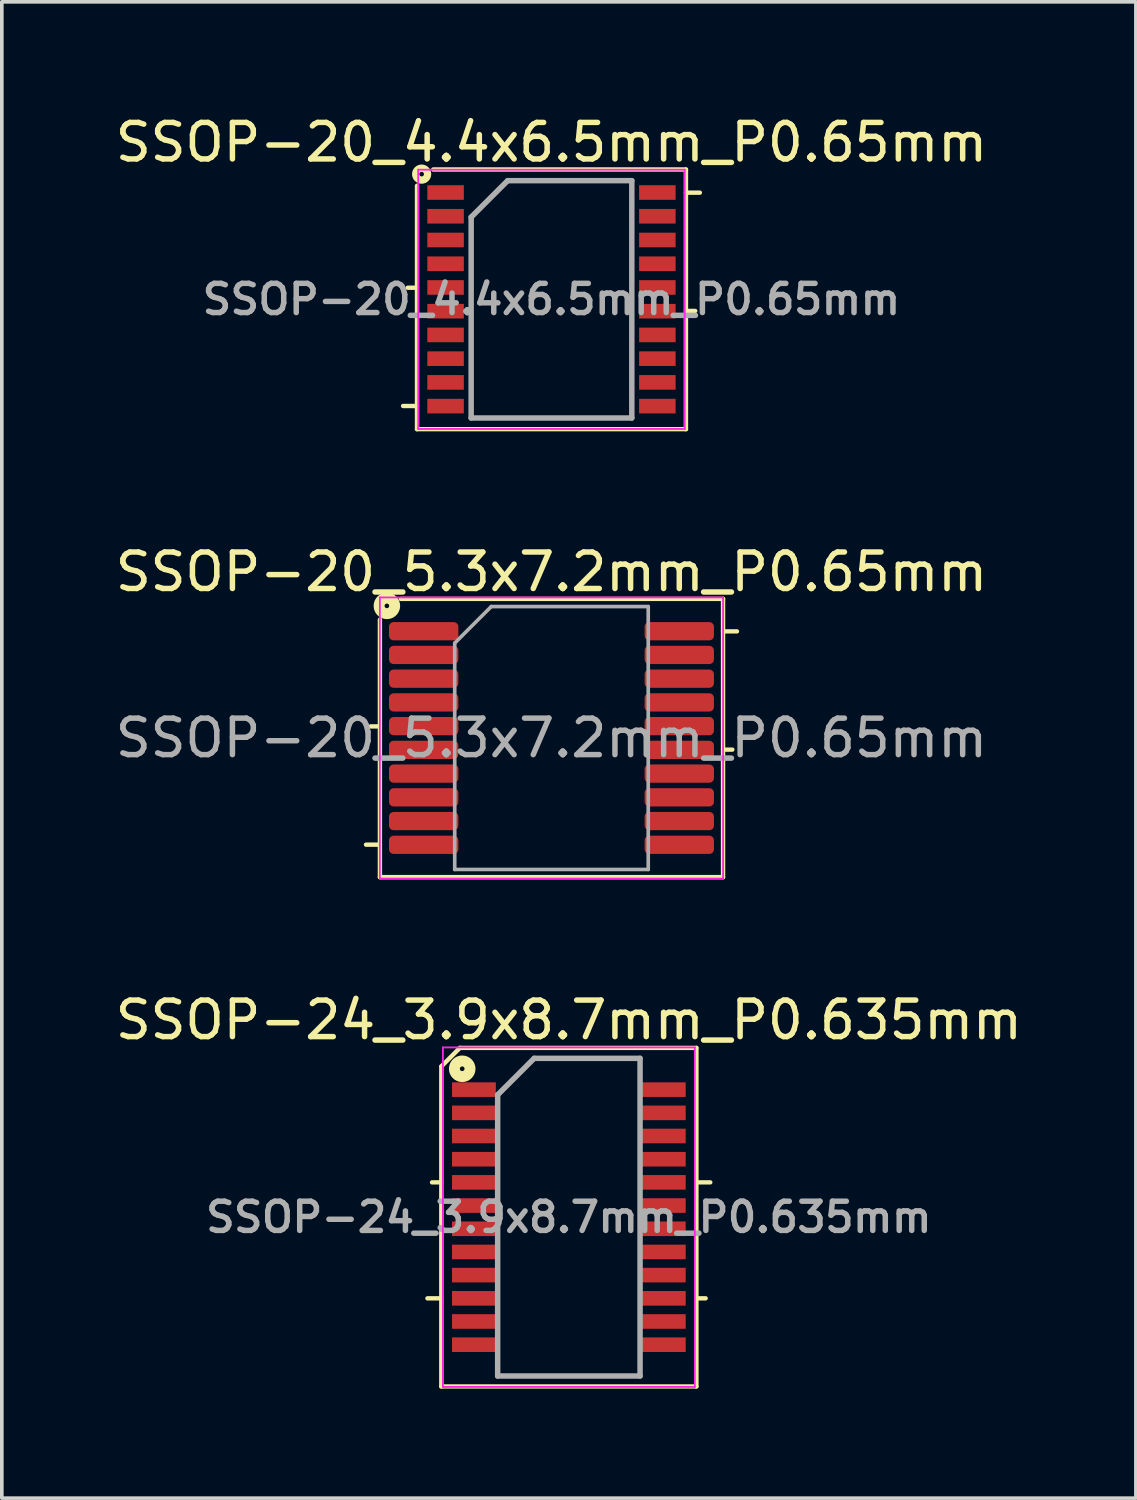
<source format=kicad_pcb>
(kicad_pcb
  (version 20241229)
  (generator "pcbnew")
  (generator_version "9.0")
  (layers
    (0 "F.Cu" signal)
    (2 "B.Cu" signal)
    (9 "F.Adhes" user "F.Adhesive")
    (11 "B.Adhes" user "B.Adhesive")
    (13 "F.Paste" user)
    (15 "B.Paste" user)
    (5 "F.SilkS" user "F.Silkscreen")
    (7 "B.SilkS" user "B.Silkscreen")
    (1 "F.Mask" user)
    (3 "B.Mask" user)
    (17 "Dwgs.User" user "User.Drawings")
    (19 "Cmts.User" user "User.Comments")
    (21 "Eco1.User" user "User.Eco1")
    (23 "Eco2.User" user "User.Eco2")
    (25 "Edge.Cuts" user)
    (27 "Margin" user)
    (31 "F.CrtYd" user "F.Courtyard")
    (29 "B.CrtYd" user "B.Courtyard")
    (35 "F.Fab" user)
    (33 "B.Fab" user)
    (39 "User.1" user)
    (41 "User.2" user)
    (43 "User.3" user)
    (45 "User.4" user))
  (footprint "SSOP-24_3.9x8.7mm_P0.635mm"
    (layer "F.Cu")
    (at 12.53 30.286)
    (property "Reference" "SSOP-24_3.9x8.7mm_P0.635mm" (at 0 -5.4 0) (layer "F.SilkS") (effects (font (size 1 1) (thickness 0.15))))
    (attr smd)
    (fp_line (start -3.493 -4.128) (end -3.493 4.636) (stroke (width 0.12) (type solid)) (layer "F.SilkS"))
    (fp_line (start -3.493 -4.128) (end -2.985 -4.636) (stroke (width 0.12) (type solid)) (layer "F.SilkS"))
    (fp_line (start -3.493 -0.953) (end -3.747 -0.953) (stroke (width 0.12) (type solid)) (layer "F.SilkS"))
    (fp_line (start -3.493 2.223) (end -3.873 2.223) (stroke (width 0.12) (type solid)) (layer "F.SilkS"))
    (fp_line (start -3.493 4.636) (end 3.493 4.636) (stroke (width 0.12) (type solid)) (layer "F.SilkS"))
    (fp_line (start 3.493 -4.636) (end -2.985 -4.636) (stroke (width 0.12) (type solid)) (layer "F.SilkS"))
    (fp_line (start 3.493 -0.953) (end 3.873 -0.953) (stroke (width 0.12) (type solid)) (layer "F.SilkS"))
    (fp_line (start 3.493 2.223) (end 3.747 2.223) (stroke (width 0.12) (type solid)) (layer "F.SilkS"))
    (fp_line (start 3.493 4.636) (end 3.493 -4.636) (stroke (width 0.12) (type solid)) (layer "F.SilkS"))
    (fp_circle (center -2.921 -4.064) (end -2.857 -4.064) (stroke (width 0.3) (type solid)) (fill no) (layer "F.SilkS"))
    (fp_line (start -3.45 -4.65) (end -3.45 4.65) (stroke (width 0.05) (type solid)) (layer "F.CrtYd"))
    (fp_line (start -3.45 -4.65) (end 3.45 -4.65) (stroke (width 0.05) (type solid)) (layer "F.CrtYd"))
    (fp_line (start -3.45 4.65) (end 3.45 4.65) (stroke (width 0.05) (type solid)) (layer "F.CrtYd"))
    (fp_line (start 3.45 -4.65) (end 3.45 4.65) (stroke (width 0.05) (type solid)) (layer "F.CrtYd"))
    (fp_line (start -1.95 -3.35) (end -0.95 -4.35) (stroke (width 0.15) (type solid)) (layer "F.Fab"))
    (fp_line (start -1.95 4.35) (end -1.95 -3.35) (stroke (width 0.15) (type solid)) (layer "F.Fab"))
    (fp_line (start -0.95 -4.35) (end 1.95 -4.35) (stroke (width 0.15) (type solid)) (layer "F.Fab"))
    (fp_line (start 1.95 -4.35) (end 1.95 4.35) (stroke (width 0.15) (type solid)) (layer "F.Fab"))
    (fp_line (start 1.95 4.35) (end -1.95 4.35) (stroke (width 0.15) (type solid)) (layer "F.Fab"))
    (fp_text user "${REFERENCE}" (at 0 0 0) (layer "F.Fab") (effects (font (size 0.8 0.8) (thickness 0.15))))
    (pad "1" smd rect (at -2.6 -3.493) (size 1.2 0.4) (layers "F.Cu" "F.Mask" "F.Paste"))
    (pad "2" smd rect (at -2.6 -2.857) (size 1.2 0.4) (layers "F.Cu" "F.Mask" "F.Paste"))
    (pad "3" smd rect (at -2.6 -2.223) (size 1.2 0.4) (layers "F.Cu" "F.Mask" "F.Paste"))
    (pad "4" smd rect (at -2.6 -1.587) (size 1.2 0.4) (layers "F.Cu" "F.Mask" "F.Paste"))
    (pad "5" smd rect (at -2.6 -0.953) (size 1.2 0.4) (layers "F.Cu" "F.Mask" "F.Paste"))
    (pad "6" smd rect (at -2.6 -0.318) (size 1.2 0.4) (layers "F.Cu" "F.Mask" "F.Paste"))
    (pad "7" smd rect (at -2.6 0.318) (size 1.2 0.4) (layers "F.Cu" "F.Mask" "F.Paste"))
    (pad "8" smd rect (at -2.6 0.953) (size 1.2 0.4) (layers "F.Cu" "F.Mask" "F.Paste"))
    (pad "9" smd rect (at -2.6 1.587) (size 1.2 0.4) (layers "F.Cu" "F.Mask" "F.Paste"))
    (pad "10" smd rect (at -2.6 2.223) (size 1.2 0.4) (layers "F.Cu" "F.Mask" "F.Paste"))
    (pad "11" smd rect (at -2.6 2.857) (size 1.2 0.4) (layers "F.Cu" "F.Mask" "F.Paste"))
    (pad "12" smd rect (at -2.6 3.493) (size 1.2 0.4) (layers "F.Cu" "F.Mask" "F.Paste"))
    (pad "13" smd rect (at 2.6 3.493) (size 1.2 0.4) (layers "F.Cu" "F.Mask" "F.Paste"))
    (pad "14" smd rect (at 2.6 2.857) (size 1.2 0.4) (layers "F.Cu" "F.Mask" "F.Paste"))
    (pad "15" smd rect (at 2.6 2.223) (size 1.2 0.4) (layers "F.Cu" "F.Mask" "F.Paste"))
    (pad "16" smd rect (at 2.6 1.587) (size 1.2 0.4) (layers "F.Cu" "F.Mask" "F.Paste"))
    (pad "17" smd rect (at 2.6 0.953) (size 1.2 0.4) (layers "F.Cu" "F.Mask" "F.Paste"))
    (pad "18" smd rect (at 2.6 0.318) (size 1.2 0.4) (layers "F.Cu" "F.Mask" "F.Paste"))
    (pad "19" smd rect (at 2.6 -0.318) (size 1.2 0.4) (layers "F.Cu" "F.Mask" "F.Paste"))
    (pad "20" smd rect (at 2.6 -0.953) (size 1.2 0.4) (layers "F.Cu" "F.Mask" "F.Paste"))
    (pad "21" smd rect (at 2.6 -1.587) (size 1.2 0.4) (layers "F.Cu" "F.Mask" "F.Paste"))
    (pad "22" smd rect (at 2.6 -2.223) (size 1.2 0.4) (layers "F.Cu" "F.Mask" "F.Paste"))
    (pad "23" smd rect (at 2.6 -2.857) (size 1.2 0.4) (layers "F.Cu" "F.Mask" "F.Paste"))
    (pad "24" smd rect (at 2.6 -3.493) (size 1.2 0.4) (layers "F.Cu" "F.Mask" "F.Paste")))
  (footprint "SSOP-20_5.3x7.2mm_P0.65mm"
    (layer "F.Cu")
    (at 12.054 17.163)
    (property "Reference" "SSOP-20_5.3x7.2mm_P0.65mm" (at 0 -4.55 0) (layer "F.SilkS") (effects (font (size 1 1) (thickness 0.15))))
    (attr smd)
    (fp_line (start -4.699 -3.239) (end -4.699 3.81) (stroke (width 0.12) (type solid)) (layer "F.SilkS"))
    (fp_line (start -4.699 -0.318) (end -4.953 -0.318) (stroke (width 0.12) (type solid)) (layer "F.SilkS"))
    (fp_line (start -4.699 2.921) (end -5.08 2.921) (stroke (width 0.12) (type solid)) (layer "F.SilkS"))
    (fp_line (start -4.699 3.81) (end 4.699 3.81) (stroke (width 0.12) (type solid)) (layer "F.SilkS"))
    (fp_line (start 4.699 -3.81) (end -4.128 -3.81) (stroke (width 0.12) (type solid)) (layer "F.SilkS"))
    (fp_line (start 4.699 -2.921) (end 5.08 -2.921) (stroke (width 0.12) (type solid)) (layer "F.SilkS"))
    (fp_line (start 4.699 0.318) (end 4.953 0.318) (stroke (width 0.12) (type solid)) (layer "F.SilkS"))
    (fp_line (start 4.699 3.81) (end 4.699 -3.81) (stroke (width 0.12) (type solid)) (layer "F.SilkS"))
    (fp_circle (center -4.508 -3.619) (end -4.445 -3.619) (stroke (width 0.3) (type solid)) (fill no) (layer "F.SilkS"))
    (fp_line (start -4.7 -3.85) (end -4.7 3.85) (stroke (width 0.05) (type solid)) (layer "F.CrtYd"))
    (fp_line (start -4.7 3.85) (end 4.7 3.85) (stroke (width 0.05) (type solid)) (layer "F.CrtYd"))
    (fp_line (start 4.7 -3.85) (end -4.7 -3.85) (stroke (width 0.05) (type solid)) (layer "F.CrtYd"))
    (fp_line (start 4.7 3.85) (end 4.7 -3.85) (stroke (width 0.05) (type solid)) (layer "F.CrtYd"))
    (fp_line (start -2.65 -2.6) (end -1.65 -3.6) (stroke (width 0.1) (type solid)) (layer "F.Fab"))
    (fp_line (start -2.65 3.6) (end -2.65 -2.6) (stroke (width 0.1) (type solid)) (layer "F.Fab"))
    (fp_line (start -1.65 -3.6) (end 2.65 -3.6) (stroke (width 0.1) (type solid)) (layer "F.Fab"))
    (fp_line (start 2.65 -3.6) (end 2.65 3.6) (stroke (width 0.1) (type solid)) (layer "F.Fab"))
    (fp_line (start 2.65 3.6) (end -2.65 3.6) (stroke (width 0.1) (type solid)) (layer "F.Fab"))
    (fp_text user "${REFERENCE}" (at 0 0 0) (layer "F.Fab") (effects (font (size 1 1) (thickness 0.15))))
    (pad "1" smd roundrect (at -3.5 -2.925) (size 1.9 0.5) (layers "F.Cu" "F.Mask" "F.Paste") (roundrect_rratio 0.25))
    (pad "2" smd roundrect (at -3.5 -2.275) (size 1.9 0.5) (layers "F.Cu" "F.Mask" "F.Paste") (roundrect_rratio 0.25))
    (pad "3" smd roundrect (at -3.5 -1.625) (size 1.9 0.5) (layers "F.Cu" "F.Mask" "F.Paste") (roundrect_rratio 0.25))
    (pad "4" smd roundrect (at -3.5 -0.975) (size 1.9 0.5) (layers "F.Cu" "F.Mask" "F.Paste") (roundrect_rratio 0.25))
    (pad "5" smd roundrect (at -3.5 -0.325) (size 1.9 0.5) (layers "F.Cu" "F.Mask" "F.Paste") (roundrect_rratio 0.25))
    (pad "6" smd roundrect (at -3.5 0.325) (size 1.9 0.5) (layers "F.Cu" "F.Mask" "F.Paste") (roundrect_rratio 0.25))
    (pad "7" smd roundrect (at -3.5 0.975) (size 1.9 0.5) (layers "F.Cu" "F.Mask" "F.Paste") (roundrect_rratio 0.25))
    (pad "8" smd roundrect (at -3.5 1.625) (size 1.9 0.5) (layers "F.Cu" "F.Mask" "F.Paste") (roundrect_rratio 0.25))
    (pad "9" smd roundrect (at -3.5 2.275) (size 1.9 0.5) (layers "F.Cu" "F.Mask" "F.Paste") (roundrect_rratio 0.25))
    (pad "10" smd roundrect (at -3.5 2.925) (size 1.9 0.5) (layers "F.Cu" "F.Mask" "F.Paste") (roundrect_rratio 0.25))
    (pad "11" smd roundrect (at 3.5 2.925) (size 1.9 0.5) (layers "F.Cu" "F.Mask" "F.Paste") (roundrect_rratio 0.25))
    (pad "12" smd roundrect (at 3.5 2.275) (size 1.9 0.5) (layers "F.Cu" "F.Mask" "F.Paste") (roundrect_rratio 0.25))
    (pad "13" smd roundrect (at 3.5 1.625) (size 1.9 0.5) (layers "F.Cu" "F.Mask" "F.Paste") (roundrect_rratio 0.25))
    (pad "14" smd roundrect (at 3.5 0.975) (size 1.9 0.5) (layers "F.Cu" "F.Mask" "F.Paste") (roundrect_rratio 0.25))
    (pad "15" smd roundrect (at 3.5 0.325) (size 1.9 0.5) (layers "F.Cu" "F.Mask" "F.Paste") (roundrect_rratio 0.25))
    (pad "16" smd roundrect (at 3.5 -0.325) (size 1.9 0.5) (layers "F.Cu" "F.Mask" "F.Paste") (roundrect_rratio 0.25))
    (pad "17" smd roundrect (at 3.5 -0.975) (size 1.9 0.5) (layers "F.Cu" "F.Mask" "F.Paste") (roundrect_rratio 0.25))
    (pad "18" smd roundrect (at 3.5 -1.625) (size 1.9 0.5) (layers "F.Cu" "F.Mask" "F.Paste") (roundrect_rratio 0.25))
    (pad "19" smd roundrect (at 3.5 -2.275) (size 1.9 0.5) (layers "F.Cu" "F.Mask" "F.Paste") (roundrect_rratio 0.25))
    (pad "20" smd roundrect (at 3.5 -2.925) (size 1.9 0.5) (layers "F.Cu" "F.Mask" "F.Paste") (roundrect_rratio 0.25)))
  (footprint "SSOP-20_4.4x6.5mm_P0.65mm"
    (layer "F.Cu")
    (at 12.054 5.148)
    (property "Reference" "SSOP-20_4.4x6.5mm_P0.65mm" (at 0 -4.3 0) (layer "F.SilkS") (effects (font (size 1 1) (thickness 0.15))))
    (attr smd)
    (fp_line (start -3.683 -3.111) (end -3.683 3.556) (stroke (width 0.12) (type solid)) (layer "F.SilkS"))
    (fp_line (start -3.683 -0.318) (end -3.937 -0.318) (stroke (width 0.12) (type solid)) (layer "F.SilkS"))
    (fp_line (start -3.683 2.921) (end -4.064 2.921) (stroke (width 0.12) (type solid)) (layer "F.SilkS"))
    (fp_line (start -3.683 3.556) (end 3.683 3.556) (stroke (width 0.12) (type solid)) (layer "F.SilkS"))
    (fp_line (start 3.683 -3.556) (end -3.239 -3.556) (stroke (width 0.12) (type solid)) (layer "F.SilkS"))
    (fp_line (start 3.683 -2.921) (end 4.064 -2.921) (stroke (width 0.12) (type solid)) (layer "F.SilkS"))
    (fp_line (start 3.683 0.318) (end 3.937 0.318) (stroke (width 0.12) (type solid)) (layer "F.SilkS"))
    (fp_line (start 3.683 3.556) (end 3.683 -3.556) (stroke (width 0.12) (type solid)) (layer "F.SilkS"))
    (fp_circle (center -3.556 -3.429) (end -3.493 -3.429) (stroke (width 0.2) (type solid)) (fill no) (layer "F.SilkS"))
    (fp_line (start -3.65 -3.55) (end -3.65 3.55) (stroke (width 0.05) (type solid)) (layer "F.CrtYd"))
    (fp_line (start -3.65 -3.55) (end 3.65 -3.55) (stroke (width 0.05) (type solid)) (layer "F.CrtYd"))
    (fp_line (start -3.65 3.55) (end 3.65 3.55) (stroke (width 0.05) (type solid)) (layer "F.CrtYd"))
    (fp_line (start 3.65 -3.55) (end 3.65 3.55) (stroke (width 0.05) (type solid)) (layer "F.CrtYd"))
    (fp_line (start -2.2 -2.25) (end -1.2 -3.25) (stroke (width 0.15) (type solid)) (layer "F.Fab"))
    (fp_line (start -2.2 3.25) (end -2.2 -2.25) (stroke (width 0.15) (type solid)) (layer "F.Fab"))
    (fp_line (start -1.2 -3.25) (end 2.2 -3.25) (stroke (width 0.15) (type solid)) (layer "F.Fab"))
    (fp_line (start 2.2 -3.25) (end 2.2 3.25) (stroke (width 0.15) (type solid)) (layer "F.Fab"))
    (fp_line (start 2.2 3.25) (end -2.2 3.25) (stroke (width 0.15) (type solid)) (layer "F.Fab"))
    (fp_text user "${REFERENCE}" (at 0 0 0) (layer "F.Fab") (effects (font (size 0.8 0.8) (thickness 0.15))))
    (pad "1" smd rect (at -2.9 -2.925) (size 1 0.4) (layers "F.Cu" "F.Mask" "F.Paste"))
    (pad "2" smd rect (at -2.9 -2.275) (size 1 0.4) (layers "F.Cu" "F.Mask" "F.Paste"))
    (pad "3" smd rect (at -2.9 -1.625) (size 1 0.4) (layers "F.Cu" "F.Mask" "F.Paste"))
    (pad "4" smd rect (at -2.9 -0.975) (size 1 0.4) (layers "F.Cu" "F.Mask" "F.Paste"))
    (pad "5" smd rect (at -2.9 -0.325) (size 1 0.4) (layers "F.Cu" "F.Mask" "F.Paste"))
    (pad "6" smd rect (at -2.9 0.325) (size 1 0.4) (layers "F.Cu" "F.Mask" "F.Paste"))
    (pad "7" smd rect (at -2.9 0.975) (size 1 0.4) (layers "F.Cu" "F.Mask" "F.Paste"))
    (pad "8" smd rect (at -2.9 1.625) (size 1 0.4) (layers "F.Cu" "F.Mask" "F.Paste"))
    (pad "9" smd rect (at -2.9 2.275) (size 1 0.4) (layers "F.Cu" "F.Mask" "F.Paste"))
    (pad "10" smd rect (at -2.9 2.925) (size 1 0.4) (layers "F.Cu" "F.Mask" "F.Paste"))
    (pad "11" smd rect (at 2.9 2.925) (size 1 0.4) (layers "F.Cu" "F.Mask" "F.Paste"))
    (pad "12" smd rect (at 2.9 2.275) (size 1 0.4) (layers "F.Cu" "F.Mask" "F.Paste"))
    (pad "13" smd rect (at 2.9 1.625) (size 1 0.4) (layers "F.Cu" "F.Mask" "F.Paste"))
    (pad "14" smd rect (at 2.9 0.975) (size 1 0.4) (layers "F.Cu" "F.Mask" "F.Paste"))
    (pad "15" smd rect (at 2.9 0.325) (size 1 0.4) (layers "F.Cu" "F.Mask" "F.Paste"))
    (pad "16" smd rect (at 2.9 -0.325) (size 1 0.4) (layers "F.Cu" "F.Mask" "F.Paste"))
    (pad "17" smd rect (at 2.9 -0.975) (size 1 0.4) (layers "F.Cu" "F.Mask" "F.Paste"))
    (pad "18" smd rect (at 2.9 -1.625) (size 1 0.4) (layers "F.Cu" "F.Mask" "F.Paste"))
    (pad "19" smd rect (at 2.9 -2.275) (size 1 0.4) (layers "F.Cu" "F.Mask" "F.Paste"))
    (pad "20" smd rect (at 2.9 -2.925) (size 1 0.4) (layers "F.Cu" "F.Mask" "F.Paste")))
  (gr_rect
    (start -3 -3)
    (end 28.06 37.981)
    (stroke (width 0.1) (type default))
    (fill no)
    (layer "Edge.Cuts")))
</source>
